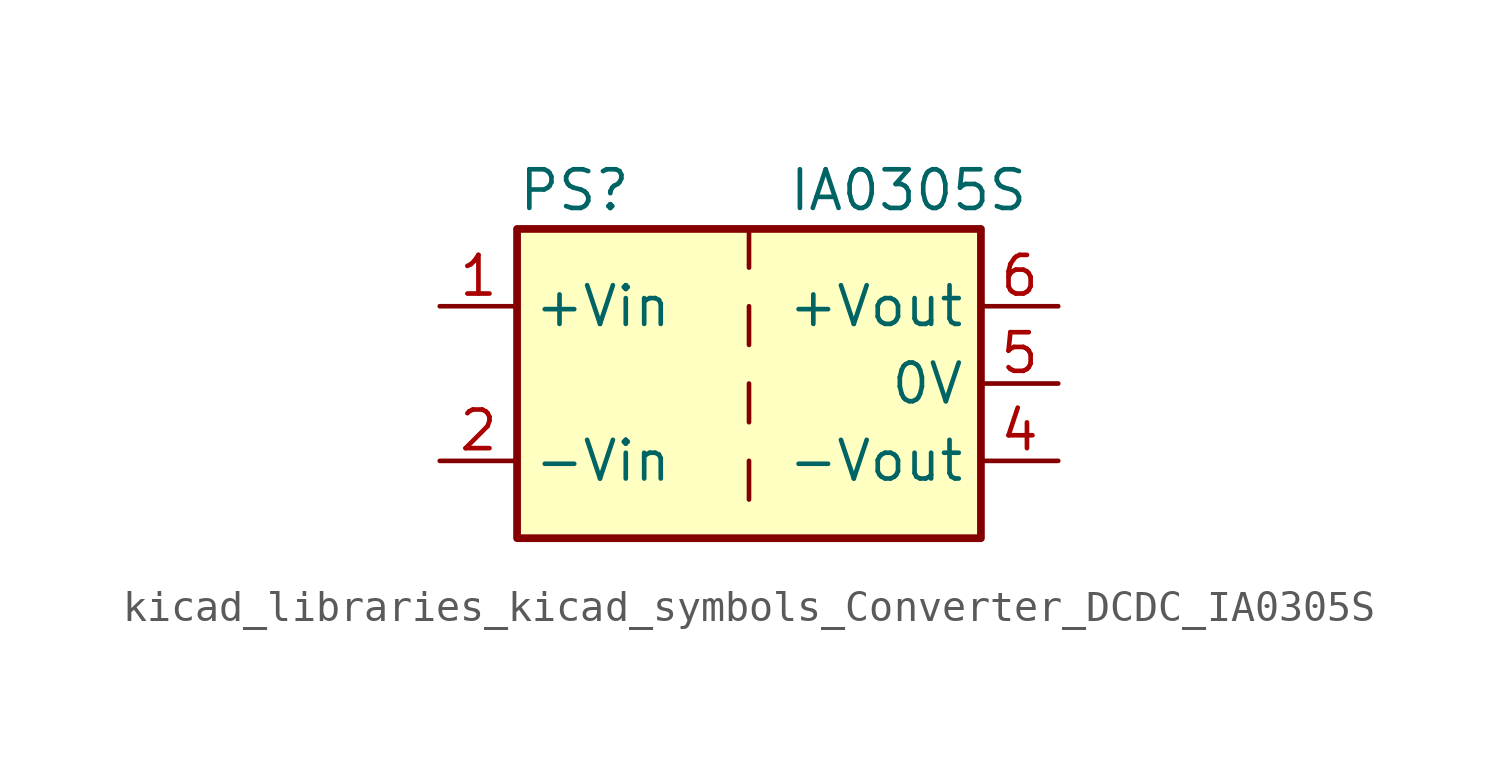
<source format=kicad_sym>
(kicad_symbol_lib
  (version 20220914)
  (generator kicad_symbol_editor)
  (symbol "kicad_libraries_kicad_symbols_Converter_DCDC_IA0305S"
    (property "Reference" "PS"
      (at -7.62 6.35 0)
      (effects (font (size 1.27 1.27)) (justify left)))
    (property "Value" "IA0305S"
      (at 1.27 6.35 0)
      (effects (font (size 1.27 1.27)) (justify left)))
    (symbol "kicad_libraries_kicad_symbols_Converter_DCDC_IA0305S_0_0"
      (pin power_in line (at -10.16 2.54 0) (length 2.54) (name "+Vin" (effects (font (size 1.27 1.27)))) (number "1" (effects (font (size 1.27 1.27)))))
      (pin power_in line (at -10.16 -2.54 0) (length 2.54) (name "-Vin" (effects (font (size 1.27 1.27)))) (number "2" (effects (font (size 1.27 1.27)))))
      (pin power_out line (at 10.16 -2.54 180) (length 2.54) (name "-Vout" (effects (font (size 1.27 1.27)))) (number "4" (effects (font (size 1.27 1.27)))))
      (pin power_out line (at 10.16 0 180) (length 2.54) (name "0V" (effects (font (size 1.27 1.27)))) (number "5" (effects (font (size 1.27 1.27)))))
      (pin power_out line (at 10.16 2.54 180) (length 2.54) (name "+Vout" (effects (font (size 1.27 1.27)))) (number "6" (effects (font (size 1.27 1.27))))))
    (symbol "kicad_libraries_kicad_symbols_Converter_DCDC_IA0305S_0_1"
      (rectangle (start -7.62 5.08) (end 7.62 -5.08) (stroke (width 0.254) (type default)) (fill (type background)))
      (polyline (pts (xy 0 -2.54) (xy 0 -3.81)) (stroke (width 0) (type default)) (fill (type none)))
      (polyline (pts (xy 0 0) (xy 0 -1.27)) (stroke (width 0) (type default)) (fill (type none)))
      (polyline (pts (xy 0 2.54) (xy 0 1.27)) (stroke (width 0) (type default)) (fill (type none)))
      (polyline (pts (xy 0 5.08) (xy 0 3.81)) (stroke (width 0) (type default)) (fill (type none))))))
</source>
